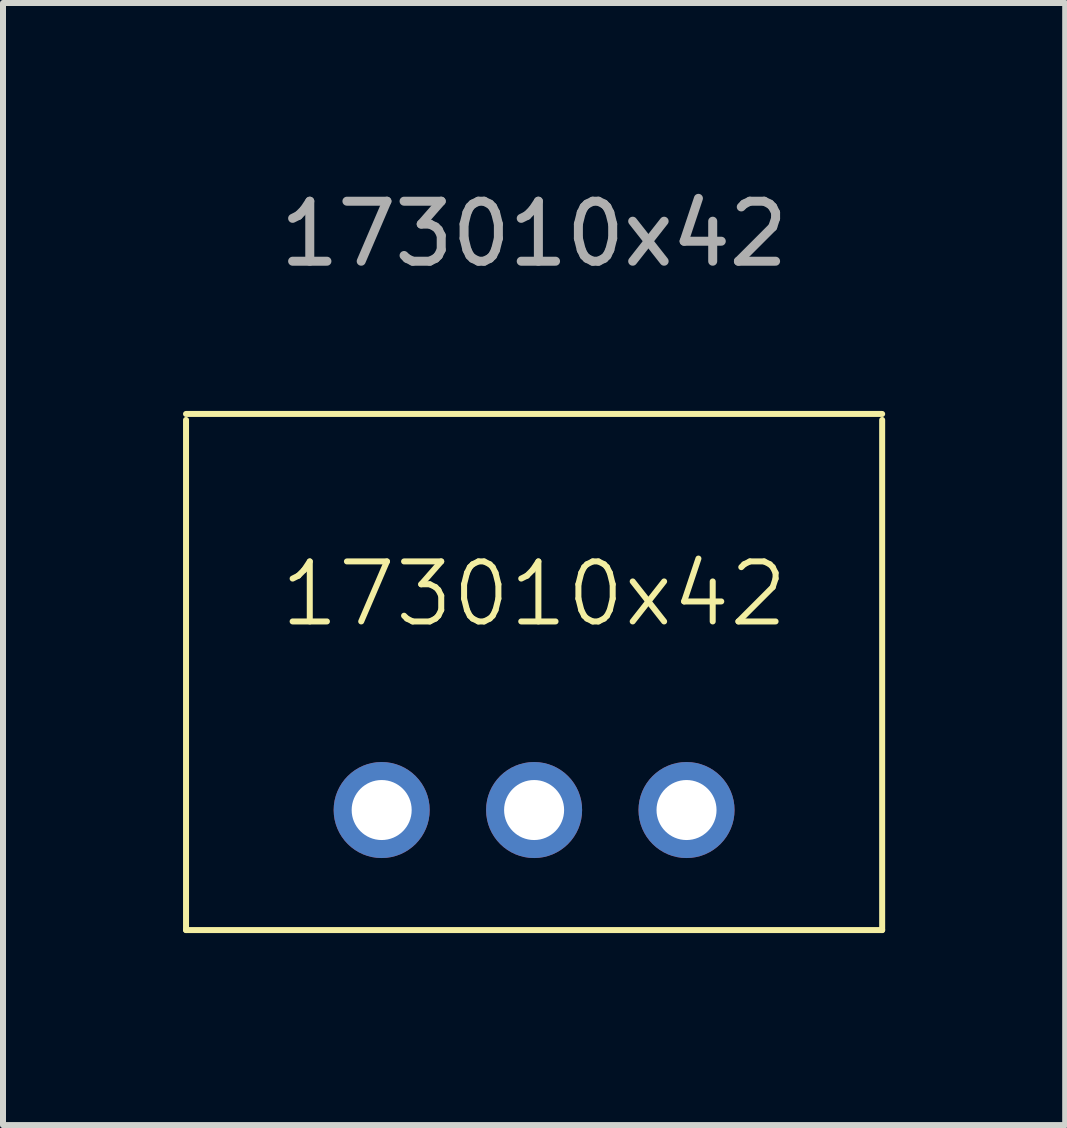
<source format=kicad_pcb>
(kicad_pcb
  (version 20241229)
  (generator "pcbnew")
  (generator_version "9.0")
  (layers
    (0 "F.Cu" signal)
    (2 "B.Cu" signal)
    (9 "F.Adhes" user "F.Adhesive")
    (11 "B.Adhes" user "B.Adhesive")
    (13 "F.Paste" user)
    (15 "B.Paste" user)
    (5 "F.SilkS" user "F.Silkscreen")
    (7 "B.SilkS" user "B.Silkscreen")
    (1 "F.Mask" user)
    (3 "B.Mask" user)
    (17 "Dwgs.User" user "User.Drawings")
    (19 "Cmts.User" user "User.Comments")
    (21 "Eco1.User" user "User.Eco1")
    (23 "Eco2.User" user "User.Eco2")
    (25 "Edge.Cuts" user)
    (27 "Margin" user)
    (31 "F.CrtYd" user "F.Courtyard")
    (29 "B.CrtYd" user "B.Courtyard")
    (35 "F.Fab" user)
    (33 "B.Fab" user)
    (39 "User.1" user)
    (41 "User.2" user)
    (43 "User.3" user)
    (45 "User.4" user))
  (footprint "173010x42"
    (layer "F.Cu")
    (at 5.85 12.448)
    (property "Reference" "173010x42" (at 0 -5.6 0) (unlocked yes) (layer "F.SilkS") (effects (font (size 1 1) (thickness 0.1))))
    (attr smd)
    (fp_line (start -5.8 -8.6) (end 5.8 -8.6) (stroke (width 0.1) (type default)) (layer "F.SilkS"))
    (fp_line (start -5.8 0) (end -5.8 -8.5) (stroke (width 0.1) (type default)) (layer "F.SilkS"))
    (fp_line (start 5.8 -8.5) (end 5.8 0) (stroke (width 0.1) (type default)) (layer "F.SilkS"))
    (fp_line (start 5.8 0) (end -5.8 0) (stroke (width 0.1) (type default)) (layer "F.SilkS"))
    (fp_text user "${REFERENCE}" (at 0 -11.6 0) (unlocked yes) (layer "F.Fab") (effects (font (size 1 1) (thickness 0.15))))
    (pad "1" thru_hole circle (at -2.54 -2) (size 1.6 1.6) (drill 1) (layers "*.Cu" "*.Mask"))
    (pad "2" thru_hole circle (at 0 -2) (size 1.6 1.6) (drill 1) (layers "*.Cu" "*.Mask"))
    (pad "3" thru_hole circle (at 2.54 -2) (size 1.6 1.6) (drill 1) (layers "*.Cu" "*.Mask")))
  (gr_rect
    (start -3 -3)
    (end 14.7 15.698)
    (stroke (width 0.1) (type default))
    (fill no)
    (layer "Edge.Cuts")))
</source>
